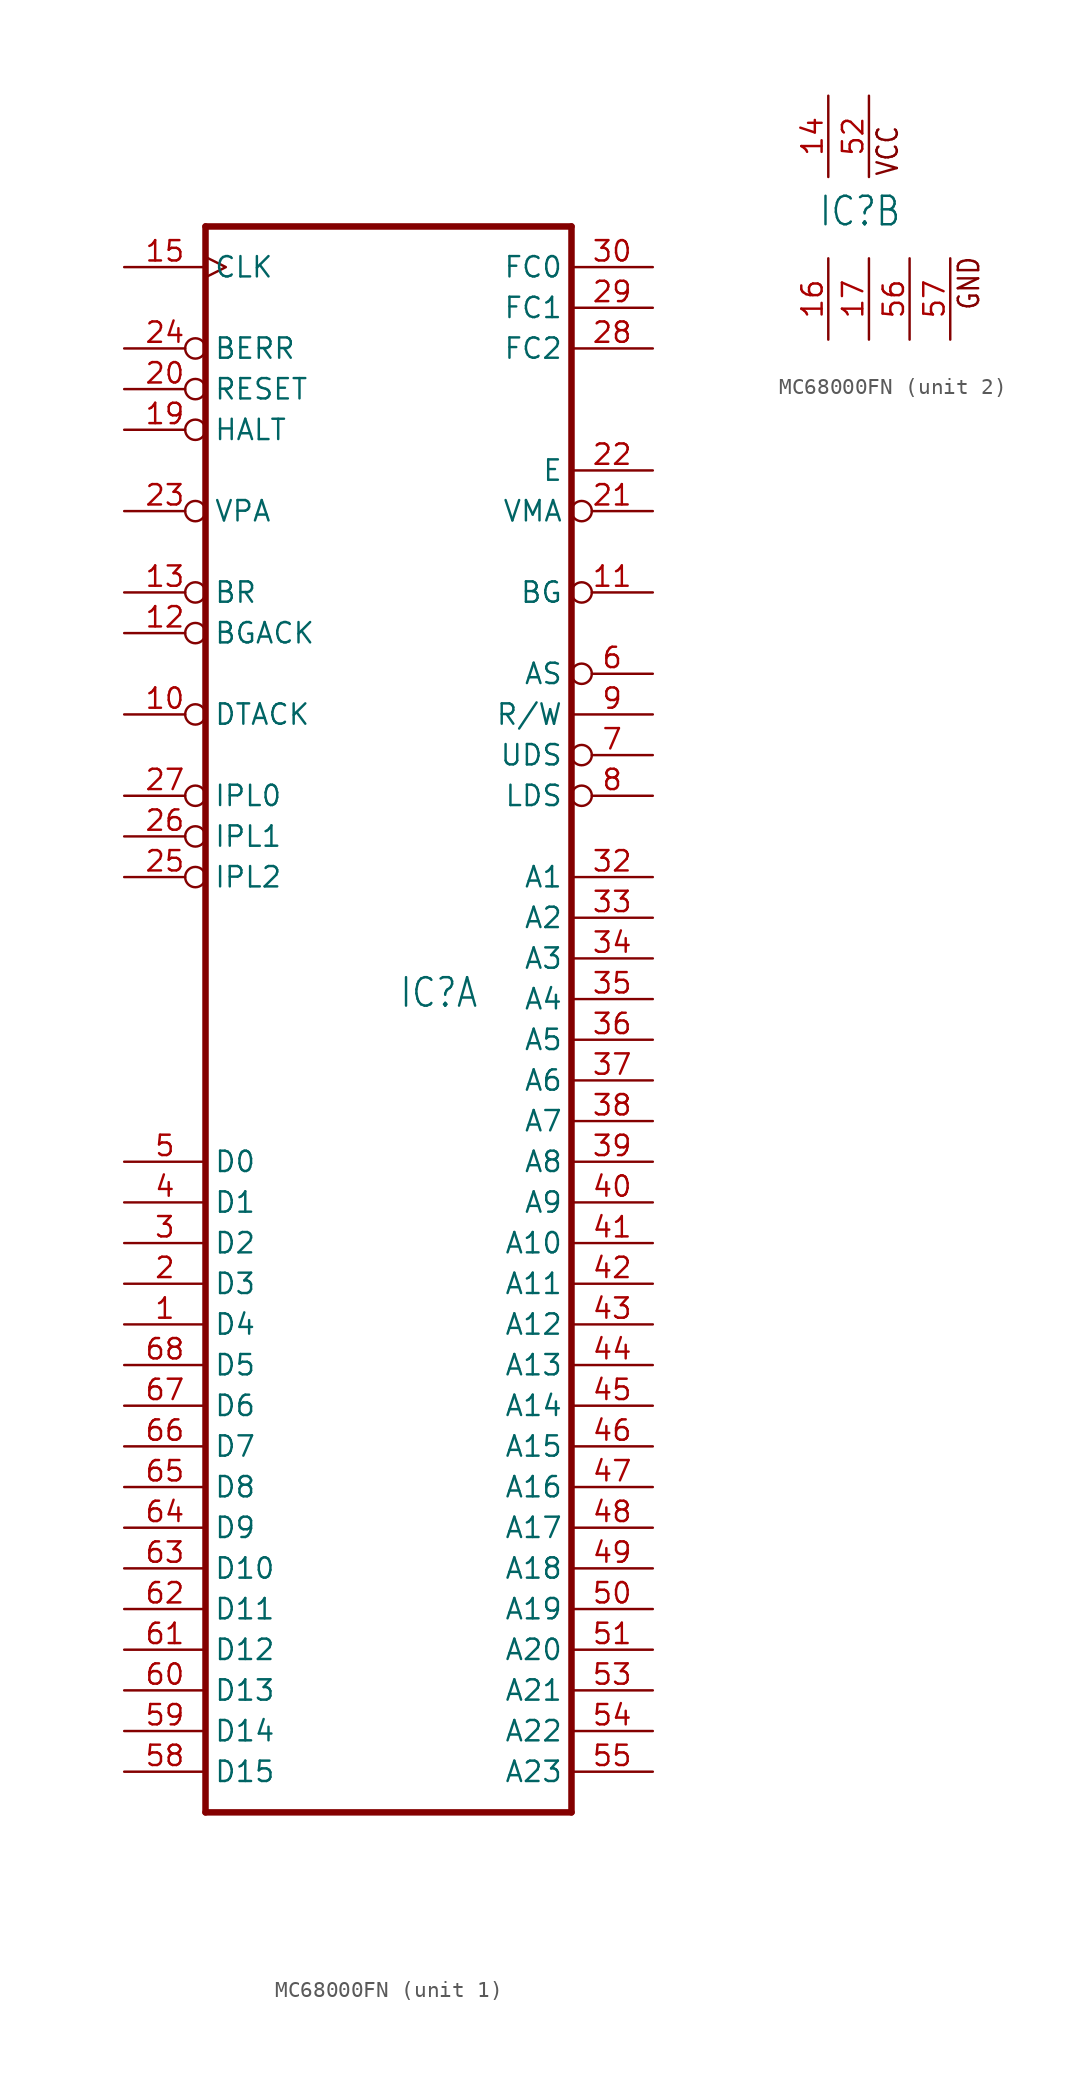
<source format=kicad_sym>
(kicad_symbol_lib
  (version 20231120)
  (generator "kicad_symbol_editor")
  (generator_version "8.0")
  (symbol "MC68000FN"
    (property "Reference" "IC"
      (at -0.635 -0.635 0)
      (effects (font (size 1.778 1.511)) (justify left bottom)))
    (property "ki_locked" ""
      (at 0 0 0)
      (effects (font (size 1.27 1.27))))
    (symbol "MC68000FN_1_0"
      (polyline (pts (xy -12.7 -50.8) (xy -12.7 48.26)) (stroke (width 0.406) (type default)) (fill (type none)))
      (polyline (pts (xy -12.7 -50.8) (xy 10.16 -50.8)) (stroke (width 0.406) (type default)) (fill (type none)))
      (polyline (pts (xy 10.16 48.26) (xy -12.7 48.26)) (stroke (width 0.406) (type default)) (fill (type none)))
      (polyline (pts (xy 10.16 48.26) (xy 10.16 -50.8)) (stroke (width 0.406) (type default)) (fill (type none)))
      (pin bidirectional line (at -17.78 -20.32 0) (length 5.08) (name "D4" (effects (font (size 1.27 1.27)))) (number "1" (effects (font (size 1.27 1.27)))))
      (pin input inverted (at -17.78 17.78 0) (length 5.08) (name "DTACK" (effects (font (size 1.27 1.27)))) (number "10" (effects (font (size 1.27 1.27)))))
      (pin output inverted (at 15.24 25.4 180) (length 5.08) (name "BG" (effects (font (size 1.27 1.27)))) (number "11" (effects (font (size 1.27 1.27)))))
      (pin input inverted (at -17.78 22.86 0) (length 5.08) (name "BGACK" (effects (font (size 1.27 1.27)))) (number "12" (effects (font (size 1.27 1.27)))))
      (pin input inverted (at -17.78 25.4 0) (length 5.08) (name "BR" (effects (font (size 1.27 1.27)))) (number "13" (effects (font (size 1.27 1.27)))))
      (pin input clock (at -17.78 45.72 0) (length 5.08) (name "CLK" (effects (font (size 1.27 1.27)))) (number "15" (effects (font (size 1.27 1.27)))))
      (pin bidirectional inverted (at -17.78 35.56 0) (length 5.08) (name "HALT" (effects (font (size 1.27 1.27)))) (number "19" (effects (font (size 1.27 1.27)))))
      (pin bidirectional line (at -17.78 -17.78 0) (length 5.08) (name "D3" (effects (font (size 1.27 1.27)))) (number "2" (effects (font (size 1.27 1.27)))))
      (pin bidirectional inverted (at -17.78 38.1 0) (length 5.08) (name "RESET" (effects (font (size 1.27 1.27)))) (number "20" (effects (font (size 1.27 1.27)))))
      (pin output inverted (at 15.24 30.48 180) (length 5.08) (name "VMA" (effects (font (size 1.27 1.27)))) (number "21" (effects (font (size 1.27 1.27)))))
      (pin output line (at 15.24 33.02 180) (length 5.08) (name "E" (effects (font (size 1.27 1.27)))) (number "22" (effects (font (size 1.27 1.27)))))
      (pin input inverted (at -17.78 30.48 0) (length 5.08) (name "VPA" (effects (font (size 1.27 1.27)))) (number "23" (effects (font (size 1.27 1.27)))))
      (pin input inverted (at -17.78 40.64 0) (length 5.08) (name "BERR" (effects (font (size 1.27 1.27)))) (number "24" (effects (font (size 1.27 1.27)))))
      (pin input inverted (at -17.78 7.62 0) (length 5.08) (name "IPL2" (effects (font (size 1.27 1.27)))) (number "25" (effects (font (size 1.27 1.27)))))
      (pin input inverted (at -17.78 10.16 0) (length 5.08) (name "IPL1" (effects (font (size 1.27 1.27)))) (number "26" (effects (font (size 1.27 1.27)))))
      (pin input inverted (at -17.78 12.7 0) (length 5.08) (name "IPL0" (effects (font (size 1.27 1.27)))) (number "27" (effects (font (size 1.27 1.27)))))
      (pin output line (at 15.24 40.64 180) (length 5.08) (name "FC2" (effects (font (size 1.27 1.27)))) (number "28" (effects (font (size 1.27 1.27)))))
      (pin output line (at 15.24 43.18 180) (length 5.08) (name "FC1" (effects (font (size 1.27 1.27)))) (number "29" (effects (font (size 1.27 1.27)))))
      (pin bidirectional line (at -17.78 -15.24 0) (length 5.08) (name "D2" (effects (font (size 1.27 1.27)))) (number "3" (effects (font (size 1.27 1.27)))))
      (pin output line (at 15.24 45.72 180) (length 5.08) (name "FC0" (effects (font (size 1.27 1.27)))) (number "30" (effects (font (size 1.27 1.27)))))
      (pin output line (at 15.24 7.62 180) (length 5.08) (name "A1" (effects (font (size 1.27 1.27)))) (number "32" (effects (font (size 1.27 1.27)))))
      (pin output line (at 15.24 5.08 180) (length 5.08) (name "A2" (effects (font (size 1.27 1.27)))) (number "33" (effects (font (size 1.27 1.27)))))
      (pin output line (at 15.24 2.54 180) (length 5.08) (name "A3" (effects (font (size 1.27 1.27)))) (number "34" (effects (font (size 1.27 1.27)))))
      (pin output line (at 15.24 0 180) (length 5.08) (name "A4" (effects (font (size 1.27 1.27)))) (number "35" (effects (font (size 1.27 1.27)))))
      (pin output line (at 15.24 -2.54 180) (length 5.08) (name "A5" (effects (font (size 1.27 1.27)))) (number "36" (effects (font (size 1.27 1.27)))))
      (pin output line (at 15.24 -5.08 180) (length 5.08) (name "A6" (effects (font (size 1.27 1.27)))) (number "37" (effects (font (size 1.27 1.27)))))
      (pin output line (at 15.24 -7.62 180) (length 5.08) (name "A7" (effects (font (size 1.27 1.27)))) (number "38" (effects (font (size 1.27 1.27)))))
      (pin output line (at 15.24 -10.16 180) (length 5.08) (name "A8" (effects (font (size 1.27 1.27)))) (number "39" (effects (font (size 1.27 1.27)))))
      (pin bidirectional line (at -17.78 -12.7 0) (length 5.08) (name "D1" (effects (font (size 1.27 1.27)))) (number "4" (effects (font (size 1.27 1.27)))))
      (pin output line (at 15.24 -12.7 180) (length 5.08) (name "A9" (effects (font (size 1.27 1.27)))) (number "40" (effects (font (size 1.27 1.27)))))
      (pin output line (at 15.24 -15.24 180) (length 5.08) (name "A10" (effects (font (size 1.27 1.27)))) (number "41" (effects (font (size 1.27 1.27)))))
      (pin output line (at 15.24 -17.78 180) (length 5.08) (name "A11" (effects (font (size 1.27 1.27)))) (number "42" (effects (font (size 1.27 1.27)))))
      (pin output line (at 15.24 -20.32 180) (length 5.08) (name "A12" (effects (font (size 1.27 1.27)))) (number "43" (effects (font (size 1.27 1.27)))))
      (pin output line (at 15.24 -22.86 180) (length 5.08) (name "A13" (effects (font (size 1.27 1.27)))) (number "44" (effects (font (size 1.27 1.27)))))
      (pin output line (at 15.24 -25.4 180) (length 5.08) (name "A14" (effects (font (size 1.27 1.27)))) (number "45" (effects (font (size 1.27 1.27)))))
      (pin output line (at 15.24 -27.94 180) (length 5.08) (name "A15" (effects (font (size 1.27 1.27)))) (number "46" (effects (font (size 1.27 1.27)))))
      (pin output line (at 15.24 -30.48 180) (length 5.08) (name "A16" (effects (font (size 1.27 1.27)))) (number "47" (effects (font (size 1.27 1.27)))))
      (pin output line (at 15.24 -33.02 180) (length 5.08) (name "A17" (effects (font (size 1.27 1.27)))) (number "48" (effects (font (size 1.27 1.27)))))
      (pin output line (at 15.24 -35.56 180) (length 5.08) (name "A18" (effects (font (size 1.27 1.27)))) (number "49" (effects (font (size 1.27 1.27)))))
      (pin bidirectional line (at -17.78 -10.16 0) (length 5.08) (name "D0" (effects (font (size 1.27 1.27)))) (number "5" (effects (font (size 1.27 1.27)))))
      (pin output line (at 15.24 -38.1 180) (length 5.08) (name "A19" (effects (font (size 1.27 1.27)))) (number "50" (effects (font (size 1.27 1.27)))))
      (pin output line (at 15.24 -40.64 180) (length 5.08) (name "A20" (effects (font (size 1.27 1.27)))) (number "51" (effects (font (size 1.27 1.27)))))
      (pin output line (at 15.24 -43.18 180) (length 5.08) (name "A21" (effects (font (size 1.27 1.27)))) (number "53" (effects (font (size 1.27 1.27)))))
      (pin output line (at 15.24 -45.72 180) (length 5.08) (name "A22" (effects (font (size 1.27 1.27)))) (number "54" (effects (font (size 1.27 1.27)))))
      (pin output line (at 15.24 -48.26 180) (length 5.08) (name "A23" (effects (font (size 1.27 1.27)))) (number "55" (effects (font (size 1.27 1.27)))))
      (pin bidirectional line (at -17.78 -48.26 0) (length 5.08) (name "D15" (effects (font (size 1.27 1.27)))) (number "58" (effects (font (size 1.27 1.27)))))
      (pin bidirectional line (at -17.78 -45.72 0) (length 5.08) (name "D14" (effects (font (size 1.27 1.27)))) (number "59" (effects (font (size 1.27 1.27)))))
      (pin output inverted (at 15.24 20.32 180) (length 5.08) (name "AS" (effects (font (size 1.27 1.27)))) (number "6" (effects (font (size 1.27 1.27)))))
      (pin bidirectional line (at -17.78 -43.18 0) (length 5.08) (name "D13" (effects (font (size 1.27 1.27)))) (number "60" (effects (font (size 1.27 1.27)))))
      (pin bidirectional line (at -17.78 -40.64 0) (length 5.08) (name "D12" (effects (font (size 1.27 1.27)))) (number "61" (effects (font (size 1.27 1.27)))))
      (pin bidirectional line (at -17.78 -38.1 0) (length 5.08) (name "D11" (effects (font (size 1.27 1.27)))) (number "62" (effects (font (size 1.27 1.27)))))
      (pin bidirectional line (at -17.78 -35.56 0) (length 5.08) (name "D10" (effects (font (size 1.27 1.27)))) (number "63" (effects (font (size 1.27 1.27)))))
      (pin bidirectional line (at -17.78 -33.02 0) (length 5.08) (name "D9" (effects (font (size 1.27 1.27)))) (number "64" (effects (font (size 1.27 1.27)))))
      (pin bidirectional line (at -17.78 -30.48 0) (length 5.08) (name "D8" (effects (font (size 1.27 1.27)))) (number "65" (effects (font (size 1.27 1.27)))))
      (pin bidirectional line (at -17.78 -27.94 0) (length 5.08) (name "D7" (effects (font (size 1.27 1.27)))) (number "66" (effects (font (size 1.27 1.27)))))
      (pin bidirectional line (at -17.78 -25.4 0) (length 5.08) (name "D6" (effects (font (size 1.27 1.27)))) (number "67" (effects (font (size 1.27 1.27)))))
      (pin bidirectional line (at -17.78 -22.86 0) (length 5.08) (name "D5" (effects (font (size 1.27 1.27)))) (number "68" (effects (font (size 1.27 1.27)))))
      (pin output inverted (at 15.24 15.24 180) (length 5.08) (name "UDS" (effects (font (size 1.27 1.27)))) (number "7" (effects (font (size 1.27 1.27)))))
      (pin output inverted (at 15.24 12.7 180) (length 5.08) (name "LDS" (effects (font (size 1.27 1.27)))) (number "8" (effects (font (size 1.27 1.27)))))
      (pin output line (at 15.24 17.78 180) (length 5.08) (name "R/W" (effects (font (size 1.27 1.27)))) (number "9" (effects (font (size 1.27 1.27))))))
    (symbol "MC68000FN_2_0"
      (text "GND" (at 9.525 -5.842 900) (effects (font (size 1.27 1.079)) (justify left bottom)))
      (text "VCC" (at 4.445 2.54 900) (effects (font (size 1.27 1.079)) (justify left bottom)))
      (pin power_in line (at 0 7.62 270) (length 5.08) (name "VCC@1" (effects (font (size 0 0)))) (number "14" (effects (font (size 1.27 1.27)))))
      (pin power_in line (at 0 -7.62 90) (length 5.08) (name "GND@1" (effects (font (size 0 0)))) (number "16" (effects (font (size 1.27 1.27)))))
      (pin power_in line (at 2.54 -7.62 90) (length 5.08) (name "GND@2" (effects (font (size 0 0)))) (number "17" (effects (font (size 1.27 1.27)))))
      (pin power_in line (at 2.54 7.62 270) (length 5.08) (name "VCC@2" (effects (font (size 0 0)))) (number "52" (effects (font (size 1.27 1.27)))))
      (pin power_in line (at 5.08 -7.62 90) (length 5.08) (name "GND@3" (effects (font (size 0 0)))) (number "56" (effects (font (size 1.27 1.27)))))
      (pin power_in line (at 7.62 -7.62 90) (length 5.08) (name "GND@4" (effects (font (size 0 0)))) (number "57" (effects (font (size 1.27 1.27))))))))
</source>
